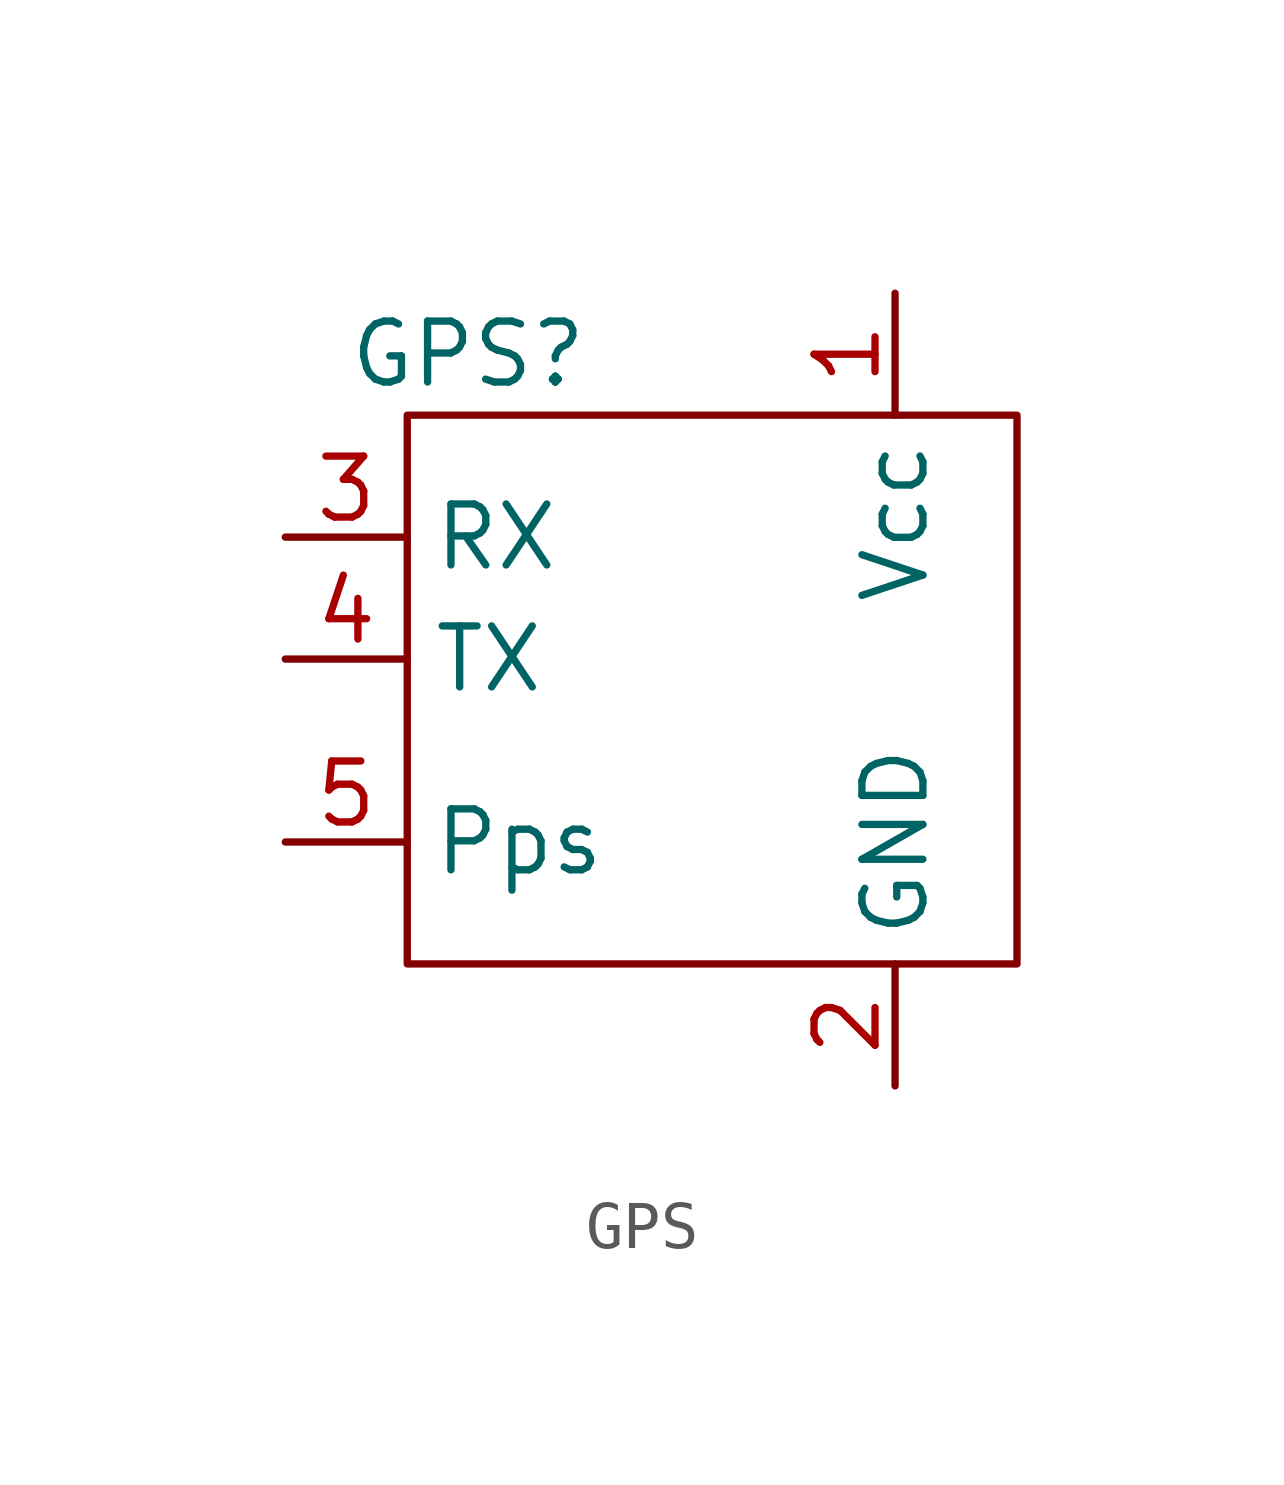
<source format=kicad_sym>
(kicad_symbol_lib
  (version 20220914)
  (generator kicad_symbol_editor)
  (symbol "GPS"
    (property "Reference" "GPS"
      (at -5.08 6.35 0)
      (effects (font (size 1.27 1.27))))
    (property "Value" ""
      (at -8.89 5.08 0)
      (effects (font (size 1.27 1.27))))
    (symbol "GPS_0_1"
      (rectangle (start -6.35 5.08) (end 6.35 -6.35) (stroke (width 0) (type default)) (fill (type none))))
    (symbol "GPS_1_1"
      (pin input line (at 3.81 7.62 270) (length 2.54) (name "Vcc" (effects (font (size 1.27 1.27)))) (number "1" (effects (font (size 1.27 1.27)))))
      (pin input line (at 3.81 -8.89 90) (length 2.54) (name "GND" (effects (font (size 1.27 1.27)))) (number "2" (effects (font (size 1.27 1.27)))))
      (pin input line (at -8.89 2.54 0) (length 2.54) (name "RX" (effects (font (size 1.27 1.27)))) (number "3" (effects (font (size 1.27 1.27)))))
      (pin output line (at -8.89 0 0) (length 2.54) (name "TX" (effects (font (size 1.27 1.27)))) (number "4" (effects (font (size 1.27 1.27)))))
      (pin output line (at -8.89 -3.81 0) (length 2.54) (name "Pps" (effects (font (size 1.27 1.27)))) (number "5" (effects (font (size 1.27 1.27))))))))
</source>
